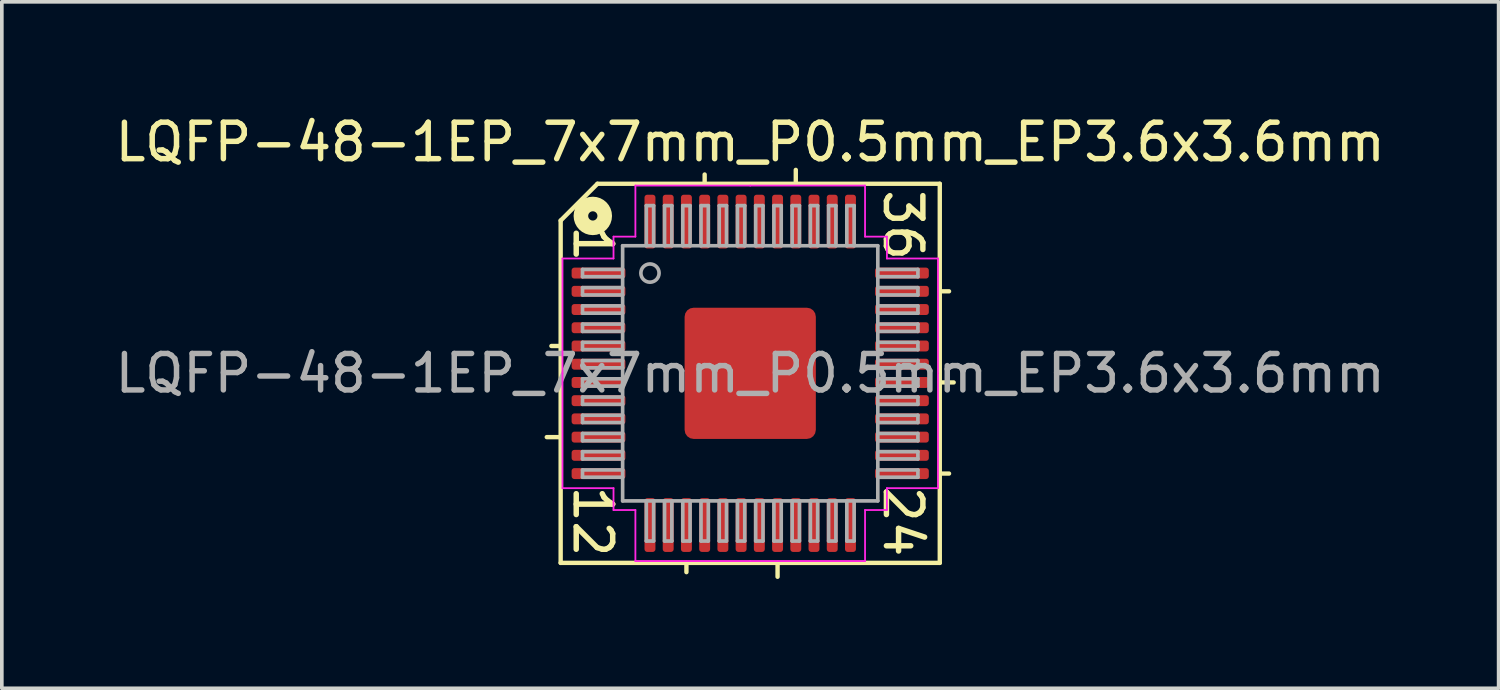
<source format=kicad_pcb>
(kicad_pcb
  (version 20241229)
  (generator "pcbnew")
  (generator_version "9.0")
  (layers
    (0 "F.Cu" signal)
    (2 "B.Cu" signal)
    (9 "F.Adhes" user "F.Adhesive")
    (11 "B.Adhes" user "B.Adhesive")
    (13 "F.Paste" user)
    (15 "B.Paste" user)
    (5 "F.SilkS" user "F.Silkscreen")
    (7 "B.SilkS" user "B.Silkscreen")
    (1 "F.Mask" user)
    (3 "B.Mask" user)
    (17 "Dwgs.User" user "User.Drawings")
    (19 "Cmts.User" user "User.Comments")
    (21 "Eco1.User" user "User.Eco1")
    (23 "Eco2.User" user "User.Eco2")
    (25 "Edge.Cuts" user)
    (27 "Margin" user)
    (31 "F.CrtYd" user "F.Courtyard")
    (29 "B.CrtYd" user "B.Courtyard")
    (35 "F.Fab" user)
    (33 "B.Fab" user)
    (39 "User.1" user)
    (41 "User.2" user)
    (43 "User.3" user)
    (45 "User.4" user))
  (footprint "LQFP-48-1EP_7x7mm_P0.5mm_EP3.6x3.6mm"
    (layer "F.Cu")
    (at 17.53 7.191)
    (property "Reference" "LQFP-48-1EP_7x7mm_P0.5mm_EP3.6x3.6mm" (at 0 -6.343 0) (layer "F.SilkS") (effects (font (size 1 1) (thickness 0.15))))
    (attr smd)
    (fp_line (start -5.2 -4.191) (end -5.2 5.2) (stroke (width 0.12) (type solid)) (layer "F.SilkS"))
    (fp_line (start -5.2 -0.75) (end -5.454 -0.75) (stroke (width 0.12) (type solid)) (layer "F.SilkS"))
    (fp_line (start -5.2 1.75) (end -5.581 1.75) (stroke (width 0.12) (type solid)) (layer "F.SilkS"))
    (fp_line (start -5.2 5.2) (end 5.2 5.2) (stroke (width 0.12) (type solid)) (layer "F.SilkS"))
    (fp_line (start -4.191 -5.2) (end -5.2 -4.191) (stroke (width 0.12) (type solid)) (layer "F.SilkS"))
    (fp_line (start -1.75 5.2) (end -1.75 5.454) (stroke (width 0.12) (type solid)) (layer "F.SilkS"))
    (fp_line (start -1.25 -5.2) (end -1.25 -5.454) (stroke (width 0.12) (type solid)) (layer "F.SilkS"))
    (fp_line (start 0.75 5.2) (end 0.75 5.581) (stroke (width 0.12) (type solid)) (layer "F.SilkS"))
    (fp_line (start 1.25 -5.2) (end 1.25 -5.581) (stroke (width 0.12) (type solid)) (layer "F.SilkS"))
    (fp_line (start 5.2 -5.2) (end -4.191 -5.2) (stroke (width 0.12) (type solid)) (layer "F.SilkS"))
    (fp_line (start 5.2 -2.25) (end 5.454 -2.25) (stroke (width 0.12) (type solid)) (layer "F.SilkS"))
    (fp_line (start 5.2 0.25) (end 5.581 0.25) (stroke (width 0.12) (type solid)) (layer "F.SilkS"))
    (fp_line (start 5.2 2.75) (end 5.454 2.75) (stroke (width 0.12) (type solid)) (layer "F.SilkS"))
    (fp_line (start 5.2 5.2) (end 5.2 -5.2) (stroke (width 0.12) (type solid)) (layer "F.SilkS"))
    (fp_circle (center -4.318 -4.318) (end -4.191 -4.318) (stroke (width 0.4) (type solid)) (fill no) (layer "F.SilkS"))
    (fp_line (start -5.15 -3.15) (end -5.15 0) (stroke (width 0.05) (type solid)) (layer "F.CrtYd"))
    (fp_line (start -5.15 3.15) (end -5.15 0) (stroke (width 0.05) (type solid)) (layer "F.CrtYd"))
    (fp_line (start -3.75 -3.75) (end -3.75 -3.15) (stroke (width 0.05) (type solid)) (layer "F.CrtYd"))
    (fp_line (start -3.75 -3.15) (end -5.15 -3.15) (stroke (width 0.05) (type solid)) (layer "F.CrtYd"))
    (fp_line (start -3.75 3.15) (end -5.15 3.15) (stroke (width 0.05) (type solid)) (layer "F.CrtYd"))
    (fp_line (start -3.75 3.75) (end -3.75 3.15) (stroke (width 0.05) (type solid)) (layer "F.CrtYd"))
    (fp_line (start -3.15 -5.15) (end -3.15 -3.75) (stroke (width 0.05) (type solid)) (layer "F.CrtYd"))
    (fp_line (start -3.15 -3.75) (end -3.75 -3.75) (stroke (width 0.05) (type solid)) (layer "F.CrtYd"))
    (fp_line (start -3.15 3.75) (end -3.75 3.75) (stroke (width 0.05) (type solid)) (layer "F.CrtYd"))
    (fp_line (start -3.15 5.15) (end -3.15 3.75) (stroke (width 0.05) (type solid)) (layer "F.CrtYd"))
    (fp_line (start 0 -5.15) (end -3.15 -5.15) (stroke (width 0.05) (type solid)) (layer "F.CrtYd"))
    (fp_line (start 0 -5.15) (end 3.15 -5.15) (stroke (width 0.05) (type solid)) (layer "F.CrtYd"))
    (fp_line (start 0 5.15) (end -3.15 5.15) (stroke (width 0.05) (type solid)) (layer "F.CrtYd"))
    (fp_line (start 0 5.15) (end 3.15 5.15) (stroke (width 0.05) (type solid)) (layer "F.CrtYd"))
    (fp_line (start 3.15 -5.15) (end 3.15 -3.75) (stroke (width 0.05) (type solid)) (layer "F.CrtYd"))
    (fp_line (start 3.15 -3.75) (end 3.75 -3.75) (stroke (width 0.05) (type solid)) (layer "F.CrtYd"))
    (fp_line (start 3.15 3.75) (end 3.75 3.75) (stroke (width 0.05) (type solid)) (layer "F.CrtYd"))
    (fp_line (start 3.15 5.15) (end 3.15 3.75) (stroke (width 0.05) (type solid)) (layer "F.CrtYd"))
    (fp_line (start 3.75 -3.75) (end 3.75 -3.15) (stroke (width 0.05) (type solid)) (layer "F.CrtYd"))
    (fp_line (start 3.75 -3.15) (end 5.15 -3.15) (stroke (width 0.05) (type solid)) (layer "F.CrtYd"))
    (fp_line (start 3.75 3.15) (end 5.15 3.15) (stroke (width 0.05) (type solid)) (layer "F.CrtYd"))
    (fp_line (start 3.75 3.75) (end 3.75 3.15) (stroke (width 0.05) (type solid)) (layer "F.CrtYd"))
    (fp_line (start 5.15 -3.15) (end 5.15 0) (stroke (width 0.05) (type solid)) (layer "F.CrtYd"))
    (fp_line (start 5.15 3.15) (end 5.15 0) (stroke (width 0.05) (type solid)) (layer "F.CrtYd"))
    (fp_line (start -4.6 -2.85) (end -4.6 -2.65) (stroke (width 0.1) (type solid)) (layer "F.Fab"))
    (fp_line (start -4.6 -2.85) (end -3.5 -2.85) (stroke (width 0.1) (type solid)) (layer "F.Fab"))
    (fp_line (start -4.6 -2.65) (end -3.5 -2.65) (stroke (width 0.1) (type solid)) (layer "F.Fab"))
    (fp_line (start -4.6 -2.35) (end -4.6 -2.15) (stroke (width 0.1) (type solid)) (layer "F.Fab"))
    (fp_line (start -4.6 -2.35) (end -3.5 -2.35) (stroke (width 0.1) (type solid)) (layer "F.Fab"))
    (fp_line (start -4.6 -2.15) (end -3.5 -2.15) (stroke (width 0.1) (type solid)) (layer "F.Fab"))
    (fp_line (start -4.6 -1.85) (end -4.6 -1.65) (stroke (width 0.1) (type solid)) (layer "F.Fab"))
    (fp_line (start -4.6 -1.85) (end -3.5 -1.85) (stroke (width 0.1) (type solid)) (layer "F.Fab"))
    (fp_line (start -4.6 -1.65) (end -3.5 -1.65) (stroke (width 0.1) (type solid)) (layer "F.Fab"))
    (fp_line (start -4.6 -1.35) (end -4.6 -1.15) (stroke (width 0.1) (type solid)) (layer "F.Fab"))
    (fp_line (start -4.6 -1.35) (end -3.5 -1.35) (stroke (width 0.1) (type solid)) (layer "F.Fab"))
    (fp_line (start -4.6 -1.15) (end -3.5 -1.15) (stroke (width 0.1) (type solid)) (layer "F.Fab"))
    (fp_line (start -4.6 -0.85) (end -4.6 -0.65) (stroke (width 0.1) (type solid)) (layer "F.Fab"))
    (fp_line (start -4.6 -0.85) (end -3.5 -0.85) (stroke (width 0.1) (type solid)) (layer "F.Fab"))
    (fp_line (start -4.6 -0.65) (end -3.5 -0.65) (stroke (width 0.1) (type solid)) (layer "F.Fab"))
    (fp_line (start -4.6 -0.35) (end -4.6 -0.15) (stroke (width 0.1) (type solid)) (layer "F.Fab"))
    (fp_line (start -4.6 -0.35) (end -3.5 -0.35) (stroke (width 0.1) (type solid)) (layer "F.Fab"))
    (fp_line (start -4.6 -0.15) (end -3.5 -0.15) (stroke (width 0.1) (type solid)) (layer "F.Fab"))
    (fp_line (start -4.6 0.15) (end -4.6 0.35) (stroke (width 0.1) (type solid)) (layer "F.Fab"))
    (fp_line (start -4.6 0.15) (end -3.5 0.15) (stroke (width 0.1) (type solid)) (layer "F.Fab"))
    (fp_line (start -4.6 0.35) (end -3.5 0.35) (stroke (width 0.1) (type solid)) (layer "F.Fab"))
    (fp_line (start -4.6 0.65) (end -4.6 0.85) (stroke (width 0.1) (type solid)) (layer "F.Fab"))
    (fp_line (start -4.6 0.65) (end -3.5 0.65) (stroke (width 0.1) (type solid)) (layer "F.Fab"))
    (fp_line (start -4.6 0.85) (end -3.5 0.85) (stroke (width 0.1) (type solid)) (layer "F.Fab"))
    (fp_line (start -4.6 1.15) (end -4.6 1.35) (stroke (width 0.1) (type solid)) (layer "F.Fab"))
    (fp_line (start -4.6 1.15) (end -3.5 1.15) (stroke (width 0.1) (type solid)) (layer "F.Fab"))
    (fp_line (start -4.6 1.35) (end -3.5 1.35) (stroke (width 0.1) (type solid)) (layer "F.Fab"))
    (fp_line (start -4.6 1.65) (end -4.6 1.85) (stroke (width 0.1) (type solid)) (layer "F.Fab"))
    (fp_line (start -4.6 1.65) (end -3.5 1.65) (stroke (width 0.1) (type solid)) (layer "F.Fab"))
    (fp_line (start -4.6 1.85) (end -3.5 1.85) (stroke (width 0.1) (type solid)) (layer "F.Fab"))
    (fp_line (start -4.6 2.15) (end -4.6 2.35) (stroke (width 0.1) (type solid)) (layer "F.Fab"))
    (fp_line (start -4.6 2.15) (end -3.5 2.15) (stroke (width 0.1) (type solid)) (layer "F.Fab"))
    (fp_line (start -4.6 2.35) (end -3.5 2.35) (stroke (width 0.1) (type solid)) (layer "F.Fab"))
    (fp_line (start -4.6 2.65) (end -4.6 2.85) (stroke (width 0.1) (type solid)) (layer "F.Fab"))
    (fp_line (start -4.6 2.65) (end -3.5 2.65) (stroke (width 0.1) (type solid)) (layer "F.Fab"))
    (fp_line (start -4.6 2.85) (end -3.5 2.85) (stroke (width 0.1) (type solid)) (layer "F.Fab"))
    (fp_line (start -3.5 -3.5) (end 3.5 -3.5) (stroke (width 0.1) (type solid)) (layer "F.Fab"))
    (fp_line (start -3.5 3.5) (end -3.5 -3.5) (stroke (width 0.1) (type solid)) (layer "F.Fab"))
    (fp_line (start -2.85 -4.6) (end -2.85 -3.5) (stroke (width 0.1) (type solid)) (layer "F.Fab"))
    (fp_line (start -2.85 4.6) (end -2.85 3.5) (stroke (width 0.1) (type solid)) (layer "F.Fab"))
    (fp_line (start -2.85 4.6) (end -2.65 4.6) (stroke (width 0.1) (type solid)) (layer "F.Fab"))
    (fp_line (start -2.65 -4.6) (end -2.85 -4.6) (stroke (width 0.1) (type solid)) (layer "F.Fab"))
    (fp_line (start -2.65 -4.6) (end -2.65 -3.5) (stroke (width 0.1) (type solid)) (layer "F.Fab"))
    (fp_line (start -2.65 4.6) (end -2.65 3.5) (stroke (width 0.1) (type solid)) (layer "F.Fab"))
    (fp_line (start -2.35 -4.6) (end -2.35 -3.5) (stroke (width 0.1) (type solid)) (layer "F.Fab"))
    (fp_line (start -2.35 4.6) (end -2.35 3.5) (stroke (width 0.1) (type solid)) (layer "F.Fab"))
    (fp_line (start -2.35 4.6) (end -2.15 4.6) (stroke (width 0.1) (type solid)) (layer "F.Fab"))
    (fp_line (start -2.15 -4.6) (end -2.35 -4.6) (stroke (width 0.1) (type solid)) (layer "F.Fab"))
    (fp_line (start -2.15 -4.6) (end -2.15 -3.5) (stroke (width 0.1) (type solid)) (layer "F.Fab"))
    (fp_line (start -2.15 4.6) (end -2.15 3.5) (stroke (width 0.1) (type solid)) (layer "F.Fab"))
    (fp_line (start -1.85 -4.6) (end -1.85 -3.5) (stroke (width 0.1) (type solid)) (layer "F.Fab"))
    (fp_line (start -1.85 4.6) (end -1.85 3.5) (stroke (width 0.1) (type solid)) (layer "F.Fab"))
    (fp_line (start -1.85 4.6) (end -1.65 4.6) (stroke (width 0.1) (type solid)) (layer "F.Fab"))
    (fp_line (start -1.65 -4.6) (end -1.85 -4.6) (stroke (width 0.1) (type solid)) (layer "F.Fab"))
    (fp_line (start -1.65 -4.6) (end -1.65 -3.5) (stroke (width 0.1) (type solid)) (layer "F.Fab"))
    (fp_line (start -1.65 4.6) (end -1.65 3.5) (stroke (width 0.1) (type solid)) (layer "F.Fab"))
    (fp_line (start -1.35 -4.6) (end -1.35 -3.5) (stroke (width 0.1) (type solid)) (layer "F.Fab"))
    (fp_line (start -1.35 4.6) (end -1.35 3.5) (stroke (width 0.1) (type solid)) (layer "F.Fab"))
    (fp_line (start -1.35 4.6) (end -1.15 4.6) (stroke (width 0.1) (type solid)) (layer "F.Fab"))
    (fp_line (start -1.15 -4.6) (end -1.35 -4.6) (stroke (width 0.1) (type solid)) (layer "F.Fab"))
    (fp_line (start -1.15 -4.6) (end -1.15 -3.5) (stroke (width 0.1) (type solid)) (layer "F.Fab"))
    (fp_line (start -1.15 4.6) (end -1.15 3.5) (stroke (width 0.1) (type solid)) (layer "F.Fab"))
    (fp_line (start -0.85 -4.6) (end -0.85 -3.5) (stroke (width 0.1) (type solid)) (layer "F.Fab"))
    (fp_line (start -0.85 4.6) (end -0.85 3.5) (stroke (width 0.1) (type solid)) (layer "F.Fab"))
    (fp_line (start -0.85 4.6) (end -0.65 4.6) (stroke (width 0.1) (type solid)) (layer "F.Fab"))
    (fp_line (start -0.65 -4.6) (end -0.85 -4.6) (stroke (width 0.1) (type solid)) (layer "F.Fab"))
    (fp_line (start -0.65 -4.6) (end -0.65 -3.5) (stroke (width 0.1) (type solid)) (layer "F.Fab"))
    (fp_line (start -0.65 4.6) (end -0.65 3.5) (stroke (width 0.1) (type solid)) (layer "F.Fab"))
    (fp_line (start -0.35 -4.6) (end -0.35 -3.5) (stroke (width 0.1) (type solid)) (layer "F.Fab"))
    (fp_line (start -0.35 4.6) (end -0.35 3.5) (stroke (width 0.1) (type solid)) (layer "F.Fab"))
    (fp_line (start -0.35 4.6) (end -0.15 4.6) (stroke (width 0.1) (type solid)) (layer "F.Fab"))
    (fp_line (start -0.15 -4.6) (end -0.35 -4.6) (stroke (width 0.1) (type solid)) (layer "F.Fab"))
    (fp_line (start -0.15 -4.6) (end -0.15 -3.5) (stroke (width 0.1) (type solid)) (layer "F.Fab"))
    (fp_line (start -0.15 4.6) (end -0.15 3.5) (stroke (width 0.1) (type solid)) (layer "F.Fab"))
    (fp_line (start 0.15 -4.6) (end 0.15 -3.5) (stroke (width 0.1) (type solid)) (layer "F.Fab"))
    (fp_line (start 0.15 4.6) (end 0.15 3.5) (stroke (width 0.1) (type solid)) (layer "F.Fab"))
    (fp_line (start 0.15 4.6) (end 0.35 4.6) (stroke (width 0.1) (type solid)) (layer "F.Fab"))
    (fp_line (start 0.35 -4.6) (end 0.15 -4.6) (stroke (width 0.1) (type solid)) (layer "F.Fab"))
    (fp_line (start 0.35 -4.6) (end 0.35 -3.5) (stroke (width 0.1) (type solid)) (layer "F.Fab"))
    (fp_line (start 0.35 4.6) (end 0.35 3.5) (stroke (width 0.1) (type solid)) (layer "F.Fab"))
    (fp_line (start 0.65 -4.6) (end 0.65 -3.5) (stroke (width 0.1) (type solid)) (layer "F.Fab"))
    (fp_line (start 0.65 4.6) (end 0.65 3.5) (stroke (width 0.1) (type solid)) (layer "F.Fab"))
    (fp_line (start 0.65 4.6) (end 0.85 4.6) (stroke (width 0.1) (type solid)) (layer "F.Fab"))
    (fp_line (start 0.85 -4.6) (end 0.65 -4.6) (stroke (width 0.1) (type solid)) (layer "F.Fab"))
    (fp_line (start 0.85 -4.6) (end 0.85 -3.5) (stroke (width 0.1) (type solid)) (layer "F.Fab"))
    (fp_line (start 0.85 4.6) (end 0.85 3.5) (stroke (width 0.1) (type solid)) (layer "F.Fab"))
    (fp_line (start 1.15 -4.6) (end 1.15 -3.5) (stroke (width 0.1) (type solid)) (layer "F.Fab"))
    (fp_line (start 1.15 4.6) (end 1.15 3.5) (stroke (width 0.1) (type solid)) (layer "F.Fab"))
    (fp_line (start 1.15 4.6) (end 1.35 4.6) (stroke (width 0.1) (type solid)) (layer "F.Fab"))
    (fp_line (start 1.35 -4.6) (end 1.15 -4.6) (stroke (width 0.1) (type solid)) (layer "F.Fab"))
    (fp_line (start 1.35 -4.6) (end 1.35 -3.5) (stroke (width 0.1) (type solid)) (layer "F.Fab"))
    (fp_line (start 1.35 4.6) (end 1.35 3.5) (stroke (width 0.1) (type solid)) (layer "F.Fab"))
    (fp_line (start 1.65 -4.6) (end 1.65 -3.5) (stroke (width 0.1) (type solid)) (layer "F.Fab"))
    (fp_line (start 1.65 4.6) (end 1.65 3.5) (stroke (width 0.1) (type solid)) (layer "F.Fab"))
    (fp_line (start 1.65 4.6) (end 1.85 4.6) (stroke (width 0.1) (type solid)) (layer "F.Fab"))
    (fp_line (start 1.85 -4.6) (end 1.65 -4.6) (stroke (width 0.1) (type solid)) (layer "F.Fab"))
    (fp_line (start 1.85 -4.6) (end 1.85 -3.5) (stroke (width 0.1) (type solid)) (layer "F.Fab"))
    (fp_line (start 1.85 4.6) (end 1.85 3.5) (stroke (width 0.1) (type solid)) (layer "F.Fab"))
    (fp_line (start 2.15 -4.6) (end 2.15 -3.5) (stroke (width 0.1) (type solid)) (layer "F.Fab"))
    (fp_line (start 2.15 4.6) (end 2.15 3.5) (stroke (width 0.1) (type solid)) (layer "F.Fab"))
    (fp_line (start 2.15 4.6) (end 2.35 4.6) (stroke (width 0.1) (type solid)) (layer "F.Fab"))
    (fp_line (start 2.35 -4.6) (end 2.15 -4.6) (stroke (width 0.1) (type solid)) (layer "F.Fab"))
    (fp_line (start 2.35 -4.6) (end 2.35 -3.5) (stroke (width 0.1) (type solid)) (layer "F.Fab"))
    (fp_line (start 2.35 4.6) (end 2.35 3.5) (stroke (width 0.1) (type solid)) (layer "F.Fab"))
    (fp_line (start 2.65 -4.6) (end 2.65 -3.5) (stroke (width 0.1) (type solid)) (layer "F.Fab"))
    (fp_line (start 2.65 4.6) (end 2.65 3.5) (stroke (width 0.1) (type solid)) (layer "F.Fab"))
    (fp_line (start 2.65 4.6) (end 2.85 4.6) (stroke (width 0.1) (type solid)) (layer "F.Fab"))
    (fp_line (start 2.85 -4.6) (end 2.65 -4.6) (stroke (width 0.1) (type solid)) (layer "F.Fab"))
    (fp_line (start 2.85 -4.6) (end 2.85 -3.5) (stroke (width 0.1) (type solid)) (layer "F.Fab"))
    (fp_line (start 2.85 4.6) (end 2.85 3.5) (stroke (width 0.1) (type solid)) (layer "F.Fab"))
    (fp_line (start 3.5 -3.5) (end 3.5 3.5) (stroke (width 0.1) (type solid)) (layer "F.Fab"))
    (fp_line (start 3.5 3.5) (end -3.5 3.5) (stroke (width 0.1) (type solid)) (layer "F.Fab"))
    (fp_line (start 4.6 -2.85) (end 3.5 -2.85) (stroke (width 0.1) (type solid)) (layer "F.Fab"))
    (fp_line (start 4.6 -2.65) (end 3.5 -2.65) (stroke (width 0.1) (type solid)) (layer "F.Fab"))
    (fp_line (start 4.6 -2.65) (end 4.6 -2.85) (stroke (width 0.1) (type solid)) (layer "F.Fab"))
    (fp_line (start 4.6 -2.35) (end 3.5 -2.35) (stroke (width 0.1) (type solid)) (layer "F.Fab"))
    (fp_line (start 4.6 -2.15) (end 3.5 -2.15) (stroke (width 0.1) (type solid)) (layer "F.Fab"))
    (fp_line (start 4.6 -2.15) (end 4.6 -2.35) (stroke (width 0.1) (type solid)) (layer "F.Fab"))
    (fp_line (start 4.6 -1.85) (end 3.5 -1.85) (stroke (width 0.1) (type solid)) (layer "F.Fab"))
    (fp_line (start 4.6 -1.65) (end 3.5 -1.65) (stroke (width 0.1) (type solid)) (layer "F.Fab"))
    (fp_line (start 4.6 -1.65) (end 4.6 -1.85) (stroke (width 0.1) (type solid)) (layer "F.Fab"))
    (fp_line (start 4.6 -1.35) (end 3.5 -1.35) (stroke (width 0.1) (type solid)) (layer "F.Fab"))
    (fp_line (start 4.6 -1.15) (end 3.5 -1.15) (stroke (width 0.1) (type solid)) (layer "F.Fab"))
    (fp_line (start 4.6 -1.15) (end 4.6 -1.35) (stroke (width 0.1) (type solid)) (layer "F.Fab"))
    (fp_line (start 4.6 -0.85) (end 3.5 -0.85) (stroke (width 0.1) (type solid)) (layer "F.Fab"))
    (fp_line (start 4.6 -0.65) (end 3.5 -0.65) (stroke (width 0.1) (type solid)) (layer "F.Fab"))
    (fp_line (start 4.6 -0.65) (end 4.6 -0.85) (stroke (width 0.1) (type solid)) (layer "F.Fab"))
    (fp_line (start 4.6 -0.35) (end 3.5 -0.35) (stroke (width 0.1) (type solid)) (layer "F.Fab"))
    (fp_line (start 4.6 -0.15) (end 3.5 -0.15) (stroke (width 0.1) (type solid)) (layer "F.Fab"))
    (fp_line (start 4.6 -0.15) (end 4.6 -0.35) (stroke (width 0.1) (type solid)) (layer "F.Fab"))
    (fp_line (start 4.6 0.15) (end 3.5 0.15) (stroke (width 0.1) (type solid)) (layer "F.Fab"))
    (fp_line (start 4.6 0.35) (end 3.5 0.35) (stroke (width 0.1) (type solid)) (layer "F.Fab"))
    (fp_line (start 4.6 0.35) (end 4.6 0.15) (stroke (width 0.1) (type solid)) (layer "F.Fab"))
    (fp_line (start 4.6 0.65) (end 3.5 0.65) (stroke (width 0.1) (type solid)) (layer "F.Fab"))
    (fp_line (start 4.6 0.85) (end 3.5 0.85) (stroke (width 0.1) (type solid)) (layer "F.Fab"))
    (fp_line (start 4.6 0.85) (end 4.6 0.65) (stroke (width 0.1) (type solid)) (layer "F.Fab"))
    (fp_line (start 4.6 1.15) (end 3.5 1.15) (stroke (width 0.1) (type solid)) (layer "F.Fab"))
    (fp_line (start 4.6 1.35) (end 3.5 1.35) (stroke (width 0.1) (type solid)) (layer "F.Fab"))
    (fp_line (start 4.6 1.35) (end 4.6 1.15) (stroke (width 0.1) (type solid)) (layer "F.Fab"))
    (fp_line (start 4.6 1.65) (end 3.5 1.65) (stroke (width 0.1) (type solid)) (layer "F.Fab"))
    (fp_line (start 4.6 1.85) (end 3.5 1.85) (stroke (width 0.1) (type solid)) (layer "F.Fab"))
    (fp_line (start 4.6 1.85) (end 4.6 1.65) (stroke (width 0.1) (type solid)) (layer "F.Fab"))
    (fp_line (start 4.6 2.15) (end 3.5 2.15) (stroke (width 0.1) (type solid)) (layer "F.Fab"))
    (fp_line (start 4.6 2.35) (end 3.5 2.35) (stroke (width 0.1) (type solid)) (layer "F.Fab"))
    (fp_line (start 4.6 2.35) (end 4.6 2.15) (stroke (width 0.1) (type solid)) (layer "F.Fab"))
    (fp_line (start 4.6 2.65) (end 3.5 2.65) (stroke (width 0.1) (type solid)) (layer "F.Fab"))
    (fp_line (start 4.6 2.85) (end 3.5 2.85) (stroke (width 0.1) (type solid)) (layer "F.Fab"))
    (fp_line (start 4.6 2.85) (end 4.6 2.65) (stroke (width 0.1) (type solid)) (layer "F.Fab"))
    (fp_circle (center -2.75 -2.75) (end -2.5 -2.75) (stroke (width 0.1) (type solid)) (fill no) (layer "F.Fab"))
    (fp_text user "24" (at 4.191 4.064 270) (unlocked yes) (layer "F.SilkS") (effects (font (size 1 1) (thickness 0.15))))
    (fp_text user "12" (at -4.318 4.064 270) (unlocked yes) (layer "F.SilkS") (effects (font (size 1 1) (thickness 0.15))))
    (fp_text user "1" (at -4.318 -3.556 270) (unlocked yes) (layer "F.SilkS") (effects (font (size 1 1) (thickness 0.15))))
    (fp_text user "36" (at 4.191 -4.064 270) (unlocked yes) (layer "F.SilkS") (effects (font (size 1 1) (thickness 0.15))))
    (fp_text user "${REFERENCE}" (at 0 0 0) (layer "F.Fab") (effects (font (size 1 1) (thickness 0.15))))
    (pad "" smd roundrect (at -1.2 -1.2) (size 0.97 0.97) (layers "F.Paste") (roundrect_rratio 0.25))
    (pad "" smd roundrect (at -1.2 0) (size 0.97 0.97) (layers "F.Paste") (roundrect_rratio 0.25))
    (pad "" smd roundrect (at -1.2 1.2) (size 0.97 0.97) (layers "F.Paste") (roundrect_rratio 0.25))
    (pad "" smd roundrect (at 0 -1.2) (size 0.97 0.97) (layers "F.Paste") (roundrect_rratio 0.25))
    (pad "" smd roundrect (at 0 0) (size 0.97 0.97) (layers "F.Paste") (roundrect_rratio 0.25))
    (pad "" smd roundrect (at 0 1.2) (size 0.97 0.97) (layers "F.Paste") (roundrect_rratio 0.25))
    (pad "" smd roundrect (at 1.2 -1.2) (size 0.97 0.97) (layers "F.Paste") (roundrect_rratio 0.25))
    (pad "" smd roundrect (at 1.2 0) (size 0.97 0.97) (layers "F.Paste") (roundrect_rratio 0.25))
    (pad "" smd roundrect (at 1.2 1.2) (size 0.97 0.97) (layers "F.Paste") (roundrect_rratio 0.25))
    (pad "1" smd roundrect (at -4.162 -2.75) (size 1.475 0.3) (layers "F.Cu" "F.Mask" "F.Paste") (roundrect_rratio 0.25))
    (pad "2" smd roundrect (at -4.162 -2.25) (size 1.475 0.3) (layers "F.Cu" "F.Mask" "F.Paste") (roundrect_rratio 0.25))
    (pad "3" smd roundrect (at -4.162 -1.75) (size 1.475 0.3) (layers "F.Cu" "F.Mask" "F.Paste") (roundrect_rratio 0.25))
    (pad "4" smd roundrect (at -4.162 -1.25) (size 1.475 0.3) (layers "F.Cu" "F.Mask" "F.Paste") (roundrect_rratio 0.25))
    (pad "5" smd roundrect (at -4.162 -0.75) (size 1.475 0.3) (layers "F.Cu" "F.Mask" "F.Paste") (roundrect_rratio 0.25))
    (pad "6" smd roundrect (at -4.162 -0.25) (size 1.475 0.3) (layers "F.Cu" "F.Mask" "F.Paste") (roundrect_rratio 0.25))
    (pad "7" smd roundrect (at -4.162 0.25) (size 1.475 0.3) (layers "F.Cu" "F.Mask" "F.Paste") (roundrect_rratio 0.25))
    (pad "8" smd roundrect (at -4.162 0.75) (size 1.475 0.3) (layers "F.Cu" "F.Mask" "F.Paste") (roundrect_rratio 0.25))
    (pad "9" smd roundrect (at -4.162 1.25) (size 1.475 0.3) (layers "F.Cu" "F.Mask" "F.Paste") (roundrect_rratio 0.25))
    (pad "10" smd roundrect (at -4.162 1.75) (size 1.475 0.3) (layers "F.Cu" "F.Mask" "F.Paste") (roundrect_rratio 0.25))
    (pad "11" smd roundrect (at -4.162 2.25) (size 1.475 0.3) (layers "F.Cu" "F.Mask" "F.Paste") (roundrect_rratio 0.25))
    (pad "12" smd roundrect (at -4.162 2.75) (size 1.475 0.3) (layers "F.Cu" "F.Mask" "F.Paste") (roundrect_rratio 0.25))
    (pad "13" smd roundrect (at -2.75 4.162) (size 0.3 1.475) (layers "F.Cu" "F.Mask" "F.Paste") (roundrect_rratio 0.25))
    (pad "14" smd roundrect (at -2.25 4.162) (size 0.3 1.475) (layers "F.Cu" "F.Mask" "F.Paste") (roundrect_rratio 0.25))
    (pad "15" smd roundrect (at -1.75 4.162) (size 0.3 1.475) (layers "F.Cu" "F.Mask" "F.Paste") (roundrect_rratio 0.25))
    (pad "16" smd roundrect (at -1.25 4.162) (size 0.3 1.475) (layers "F.Cu" "F.Mask" "F.Paste") (roundrect_rratio 0.25))
    (pad "17" smd roundrect (at -0.75 4.162) (size 0.3 1.475) (layers "F.Cu" "F.Mask" "F.Paste") (roundrect_rratio 0.25))
    (pad "18" smd roundrect (at -0.25 4.162) (size 0.3 1.475) (layers "F.Cu" "F.Mask" "F.Paste") (roundrect_rratio 0.25))
    (pad "19" smd roundrect (at 0.25 4.162) (size 0.3 1.475) (layers "F.Cu" "F.Mask" "F.Paste") (roundrect_rratio 0.25))
    (pad "20" smd roundrect (at 0.75 4.162) (size 0.3 1.475) (layers "F.Cu" "F.Mask" "F.Paste") (roundrect_rratio 0.25))
    (pad "21" smd roundrect (at 1.25 4.162) (size 0.3 1.475) (layers "F.Cu" "F.Mask" "F.Paste") (roundrect_rratio 0.25))
    (pad "22" smd roundrect (at 1.75 4.162) (size 0.3 1.475) (layers "F.Cu" "F.Mask" "F.Paste") (roundrect_rratio 0.25))
    (pad "23" smd roundrect (at 2.25 4.162) (size 0.3 1.475) (layers "F.Cu" "F.Mask" "F.Paste") (roundrect_rratio 0.25))
    (pad "24" smd roundrect (at 2.75 4.162) (size 0.3 1.475) (layers "F.Cu" "F.Mask" "F.Paste") (roundrect_rratio 0.25))
    (pad "25" smd roundrect (at 4.162 2.75) (size 1.475 0.3) (layers "F.Cu" "F.Mask" "F.Paste") (roundrect_rratio 0.25))
    (pad "26" smd roundrect (at 4.162 2.25) (size 1.475 0.3) (layers "F.Cu" "F.Mask" "F.Paste") (roundrect_rratio 0.25))
    (pad "27" smd roundrect (at 4.162 1.75) (size 1.475 0.3) (layers "F.Cu" "F.Mask" "F.Paste") (roundrect_rratio 0.25))
    (pad "28" smd roundrect (at 4.162 1.25) (size 1.475 0.3) (layers "F.Cu" "F.Mask" "F.Paste") (roundrect_rratio 0.25))
    (pad "29" smd roundrect (at 4.162 0.75) (size 1.475 0.3) (layers "F.Cu" "F.Mask" "F.Paste") (roundrect_rratio 0.25))
    (pad "30" smd roundrect (at 4.162 0.25) (size 1.475 0.3) (layers "F.Cu" "F.Mask" "F.Paste") (roundrect_rratio 0.25))
    (pad "31" smd roundrect (at 4.162 -0.25) (size 1.475 0.3) (layers "F.Cu" "F.Mask" "F.Paste") (roundrect_rratio 0.25))
    (pad "32" smd roundrect (at 4.162 -0.75) (size 1.475 0.3) (layers "F.Cu" "F.Mask" "F.Paste") (roundrect_rratio 0.25))
    (pad "33" smd roundrect (at 4.162 -1.25) (size 1.475 0.3) (layers "F.Cu" "F.Mask" "F.Paste") (roundrect_rratio 0.25))
    (pad "34" smd roundrect (at 4.162 -1.75) (size 1.475 0.3) (layers "F.Cu" "F.Mask" "F.Paste") (roundrect_rratio 0.25))
    (pad "35" smd roundrect (at 4.162 -2.25) (size 1.475 0.3) (layers "F.Cu" "F.Mask" "F.Paste") (roundrect_rratio 0.25))
    (pad "36" smd roundrect (at 4.162 -2.75) (size 1.475 0.3) (layers "F.Cu" "F.Mask" "F.Paste") (roundrect_rratio 0.25))
    (pad "37" smd roundrect (at 2.75 -4.162) (size 0.3 1.475) (layers "F.Cu" "F.Mask" "F.Paste") (roundrect_rratio 0.25))
    (pad "38" smd roundrect (at 2.25 -4.162) (size 0.3 1.475) (layers "F.Cu" "F.Mask" "F.Paste") (roundrect_rratio 0.25))
    (pad "39" smd roundrect (at 1.75 -4.162) (size 0.3 1.475) (layers "F.Cu" "F.Mask" "F.Paste") (roundrect_rratio 0.25))
    (pad "40" smd roundrect (at 1.25 -4.162) (size 0.3 1.475) (layers "F.Cu" "F.Mask" "F.Paste") (roundrect_rratio 0.25))
    (pad "41" smd roundrect (at 0.75 -4.162) (size 0.3 1.475) (layers "F.Cu" "F.Mask" "F.Paste") (roundrect_rratio 0.25))
    (pad "42" smd roundrect (at 0.25 -4.162) (size 0.3 1.475) (layers "F.Cu" "F.Mask" "F.Paste") (roundrect_rratio 0.25))
    (pad "43" smd roundrect (at -0.25 -4.162) (size 0.3 1.475) (layers "F.Cu" "F.Mask" "F.Paste") (roundrect_rratio 0.25))
    (pad "44" smd roundrect (at -0.75 -4.162) (size 0.3 1.475) (layers "F.Cu" "F.Mask" "F.Paste") (roundrect_rratio 0.25))
    (pad "45" smd roundrect (at -1.25 -4.162) (size 0.3 1.475) (layers "F.Cu" "F.Mask" "F.Paste") (roundrect_rratio 0.25))
    (pad "46" smd roundrect (at -1.75 -4.162) (size 0.3 1.475) (layers "F.Cu" "F.Mask" "F.Paste") (roundrect_rratio 0.25))
    (pad "47" smd roundrect (at -2.25 -4.162) (size 0.3 1.475) (layers "F.Cu" "F.Mask" "F.Paste") (roundrect_rratio 0.25))
    (pad "48" smd roundrect (at -2.75 -4.162) (size 0.3 1.475) (layers "F.Cu" "F.Mask" "F.Paste") (roundrect_rratio 0.25))
    (pad "49" smd roundrect (at 0 0) (size 3.6 3.6) (layers "F.Cu" "F.Mask") (roundrect_rratio 0.069)))
  (gr_rect
    (start -3 -3)
    (end 38.06 15.832)
    (stroke (width 0.1) (type default))
    (fill no)
    (layer "Edge.Cuts")))
</source>
